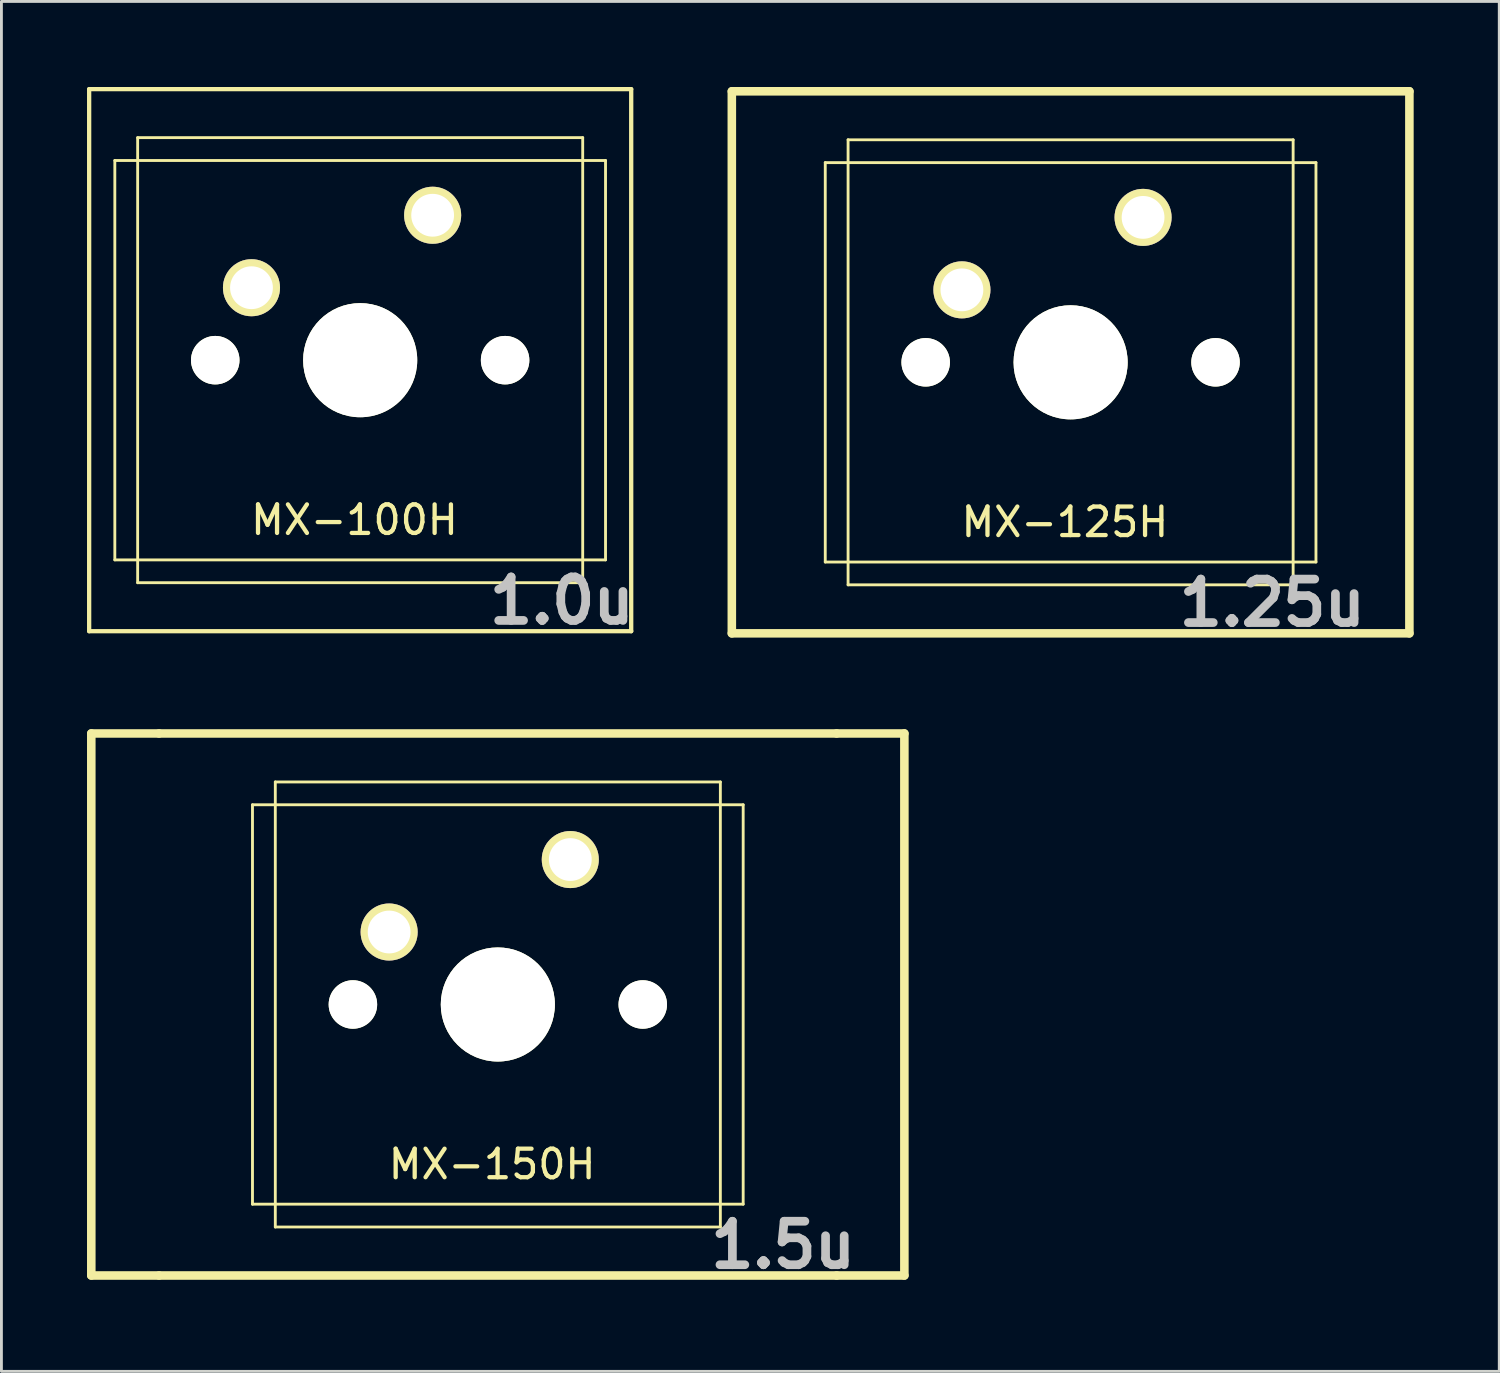
<source format=kicad_pcb>
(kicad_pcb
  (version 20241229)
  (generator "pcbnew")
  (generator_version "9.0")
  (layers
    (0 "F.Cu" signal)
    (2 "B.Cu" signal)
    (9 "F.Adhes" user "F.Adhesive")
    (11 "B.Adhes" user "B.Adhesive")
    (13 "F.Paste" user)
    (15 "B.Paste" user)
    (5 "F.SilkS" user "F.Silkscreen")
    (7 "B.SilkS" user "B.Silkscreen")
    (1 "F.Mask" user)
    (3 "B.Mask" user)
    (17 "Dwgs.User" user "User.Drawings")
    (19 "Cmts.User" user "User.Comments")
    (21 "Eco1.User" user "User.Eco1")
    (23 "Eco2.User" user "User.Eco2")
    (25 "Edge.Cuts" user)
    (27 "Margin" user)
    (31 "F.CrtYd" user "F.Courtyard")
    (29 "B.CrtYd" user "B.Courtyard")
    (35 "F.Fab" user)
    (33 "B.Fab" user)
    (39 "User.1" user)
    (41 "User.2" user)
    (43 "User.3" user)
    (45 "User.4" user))
  (footprint "MX-100H"
    (layer "F.Cu")
    (at 9.575 9.575)
    (property "Reference" "MX-100H" (at -0.2 5.6 0) (layer "F.SilkS") (effects (font (size 1 1) (thickness 0.15))))
    (attr through_hole)
    (fp_line (start -9.5 9.5) (end -9.5 -9.5) (stroke (width 0.15) (type solid)) (layer "F.SilkS"))
    (fp_line (start -9.5 9.5) (end 9.5 9.5) (stroke (width 0.15) (type solid)) (layer "F.SilkS"))
    (fp_line (start -8.6 -7) (end -8.6 7) (stroke (width 0.1) (type solid)) (layer "F.SilkS"))
    (fp_line (start -8.6 7) (end 8.6 7) (stroke (width 0.1) (type solid)) (layer "F.SilkS"))
    (fp_line (start -7.8 -7.8) (end -7.8 7.8) (stroke (width 0.1) (type solid)) (layer "F.SilkS"))
    (fp_line (start -7.8 -7.8) (end 7.8 -7.8) (stroke (width 0.1) (type solid)) (layer "F.SilkS"))
    (fp_line (start -7.8 7.8) (end 7.8 7.8) (stroke (width 0.1) (type solid)) (layer "F.SilkS"))
    (fp_line (start 7.8 7.8) (end 7.8 -7.8) (stroke (width 0.1) (type solid)) (layer "F.SilkS"))
    (fp_line (start 8.6 -7) (end -8.6 -7) (stroke (width 0.1) (type solid)) (layer "F.SilkS"))
    (fp_line (start 8.6 -7) (end 8.6 7) (stroke (width 0.1) (type solid)) (layer "F.SilkS"))
    (fp_line (start 9.5 -9.5) (end -9.5 -9.5) (stroke (width 0.15) (type solid)) (layer "F.SilkS"))
    (fp_line (start 9.5 -9.5) (end 9.5 9.5) (stroke (width 0.15) (type solid)) (layer "F.SilkS"))
    (fp_line (start -7.75 -6.4) (end 7.75 -6.4) (stroke (width 0.1) (type solid)) (layer "Eco1.User"))
    (fp_line (start -7.75 6.4) (end -7.75 -6.4) (stroke (width 0.1) (type solid)) (layer "Eco1.User"))
    (fp_line (start 7.75 -6.4) (end 7.75 6.4) (stroke (width 0.1) (type solid)) (layer "Eco1.User"))
    (fp_line (start 7.75 6.4) (end -7.75 6.4) (stroke (width 0.1) (type solid)) (layer "Eco1.User"))
    (fp_line (start -7 -7) (end 7 -7) (stroke (width 0.1) (type solid)) (layer "Eco2.User"))
    (fp_line (start -7 7) (end -7 -7) (stroke (width 0.1) (type solid)) (layer "Eco2.User"))
    (fp_line (start 7 -7) (end 7 7) (stroke (width 0.1) (type solid)) (layer "Eco2.User"))
    (fp_line (start 7 7) (end -7 7) (stroke (width 0.1) (type solid)) (layer "Eco2.User"))
    (fp_text user "1.0u" (at 7.069 8.433 0) (layer "Dwgs.User") (effects (font (size 1.524 1.524) (thickness 0.305))))
    (pad "" np_thru_hole circle (at -5.08 0) (size 1.7 1.7) (drill 1.7) (layers "*.Cu" "*.Mask" "F.SilkS"))
    (pad "" np_thru_hole circle (at 0 0) (size 4 4) (drill 4) (layers "*.Cu" "*.Mask" "F.SilkS"))
    (pad "" np_thru_hole circle (at 5.08 0) (size 1.7 1.7) (drill 1.7) (layers "*.Cu" "*.Mask" "F.SilkS"))
    (pad "1" thru_hole circle (at 2.54 -5.08) (size 2 2) (drill oval 1.5) (layers "*.Cu" "*.Mask" "F.SilkS"))
    (pad "2" thru_hole circle (at -3.81 -2.54) (size 2 2) (drill 1.5) (layers "*.Cu" "*.Mask" "F.SilkS")))
  (footprint "MX-150H"
    (layer "F.Cu")
    (at 14.4 32.159)
    (property "Reference" "MX-150H" (at -0.2 5.6 0) (layer "F.SilkS") (effects (font (size 1 1) (thickness 0.15))))
    (attr through_hole)
    (fp_line (start -14.25 -9.5) (end -14.25 9.5) (stroke (width 0.3) (type solid)) (layer "F.SilkS"))
    (fp_line (start -14.25 9.5) (end -11.875 9.5) (stroke (width 0.3) (type solid)) (layer "F.SilkS"))
    (fp_line (start -11.875 -9.5) (end -14.25 -9.5) (stroke (width 0.3) (type solid)) (layer "F.SilkS"))
    (fp_line (start -11.875 -9.5) (end 11.875 -9.5) (stroke (width 0.3) (type solid)) (layer "F.SilkS"))
    (fp_line (start -8.6 -7) (end -8.6 7) (stroke (width 0.1) (type solid)) (layer "F.SilkS"))
    (fp_line (start -8.6 7) (end 8.6 7) (stroke (width 0.1) (type solid)) (layer "F.SilkS"))
    (fp_line (start -7.8 -7.8) (end -7.8 7.8) (stroke (width 0.1) (type solid)) (layer "F.SilkS"))
    (fp_line (start -7.8 -7.8) (end 7.8 -7.8) (stroke (width 0.1) (type solid)) (layer "F.SilkS"))
    (fp_line (start -7.8 7.8) (end 7.8 7.8) (stroke (width 0.1) (type solid)) (layer "F.SilkS"))
    (fp_line (start 7.8 7.8) (end 7.8 -7.8) (stroke (width 0.1) (type solid)) (layer "F.SilkS"))
    (fp_line (start 8.6 -7) (end -8.6 -7) (stroke (width 0.1) (type solid)) (layer "F.SilkS"))
    (fp_line (start 8.6 -7) (end 8.6 7) (stroke (width 0.1) (type solid)) (layer "F.SilkS"))
    (fp_line (start 11.875 9.5) (end -11.875 9.5) (stroke (width 0.3) (type solid)) (layer "F.SilkS"))
    (fp_line (start 11.875 9.5) (end 14.25 9.5) (stroke (width 0.3) (type solid)) (layer "F.SilkS"))
    (fp_line (start 14.25 -9.5) (end 11.875 -9.5) (stroke (width 0.3) (type solid)) (layer "F.SilkS"))
    (fp_line (start 14.25 9.5) (end 14.25 -9.5) (stroke (width 0.3) (type solid)) (layer "F.SilkS"))
    (fp_line (start -7.75 -6.4) (end 7.75 -6.4) (stroke (width 0.1) (type solid)) (layer "Eco1.User"))
    (fp_line (start -7.75 6.4) (end -7.75 -6.4) (stroke (width 0.1) (type solid)) (layer "Eco1.User"))
    (fp_line (start 7.75 -6.4) (end 7.75 6.4) (stroke (width 0.1) (type solid)) (layer "Eco1.User"))
    (fp_line (start 7.75 6.4) (end -7.75 6.4) (stroke (width 0.1) (type solid)) (layer "Eco1.User"))
    (fp_line (start -7 -7) (end 7 -7) (stroke (width 0.1) (type solid)) (layer "Eco2.User"))
    (fp_line (start -7 7) (end -7 -7) (stroke (width 0.1) (type solid)) (layer "Eco2.User"))
    (fp_line (start 7 -7) (end 7 7) (stroke (width 0.1) (type solid)) (layer "Eco2.User"))
    (fp_line (start 7 7) (end -7 7) (stroke (width 0.1) (type solid)) (layer "Eco2.User"))
    (fp_text user "1.5u" (at 10 8.433 0) (layer "Dwgs.User") (effects (font (size 1.524 1.524) (thickness 0.305))))
    (pad "" np_thru_hole circle (at -5.08 0) (size 1.7 1.7) (drill 1.7) (layers "*.Cu" "*.Mask" "F.SilkS"))
    (pad "" np_thru_hole circle (at 0 0) (size 4 4) (drill 4) (layers "*.Cu" "*.Mask" "F.SilkS"))
    (pad "" np_thru_hole circle (at 5.08 0) (size 1.7 1.7) (drill 1.7) (layers "*.Cu" "*.Mask" "F.SilkS"))
    (pad "1" thru_hole circle (at 2.54 -5.08) (size 2 2) (drill oval 1.5) (layers "*.Cu" "*.Mask" "F.SilkS"))
    (pad "2" thru_hole circle (at -3.81 -2.54) (size 2 2) (drill 1.5) (layers "*.Cu" "*.Mask" "F.SilkS")))
  (footprint "MX-125H"
    (layer "F.Cu")
    (at 34.477 9.65)
    (property "Reference" "MX-125H" (at -0.2 5.6 0) (layer "F.SilkS") (effects (font (size 1 1) (thickness 0.15))))
    (attr through_hole)
    (fp_line (start -11.875 -9.5) (end 11.875 -9.5) (stroke (width 0.3) (type solid)) (layer "F.SilkS"))
    (fp_line (start -11.875 9.5) (end -11.875 -9.5) (stroke (width 0.3) (type solid)) (layer "F.SilkS"))
    (fp_line (start -8.6 -7) (end -8.6 7) (stroke (width 0.1) (type solid)) (layer "F.SilkS"))
    (fp_line (start -8.6 7) (end 8.6 7) (stroke (width 0.1) (type solid)) (layer "F.SilkS"))
    (fp_line (start -7.8 -7.8) (end -7.8 7.8) (stroke (width 0.1) (type solid)) (layer "F.SilkS"))
    (fp_line (start -7.8 -7.8) (end 7.8 -7.8) (stroke (width 0.1) (type solid)) (layer "F.SilkS"))
    (fp_line (start -7.8 7.8) (end 7.8 7.8) (stroke (width 0.1) (type solid)) (layer "F.SilkS"))
    (fp_line (start 7.8 7.8) (end 7.8 -7.8) (stroke (width 0.1) (type solid)) (layer "F.SilkS"))
    (fp_line (start 8.6 -7) (end -8.6 -7) (stroke (width 0.1) (type solid)) (layer "F.SilkS"))
    (fp_line (start 8.6 -7) (end 8.6 7) (stroke (width 0.1) (type solid)) (layer "F.SilkS"))
    (fp_line (start 11.875 -9.5) (end 11.875 9.5) (stroke (width 0.3) (type solid)) (layer "F.SilkS"))
    (fp_line (start 11.875 9.5) (end -11.875 9.5) (stroke (width 0.3) (type solid)) (layer "F.SilkS"))
    (fp_line (start -7.75 -6.4) (end 7.75 -6.4) (stroke (width 0.1) (type solid)) (layer "Eco1.User"))
    (fp_line (start -7.75 6.4) (end -7.75 -6.4) (stroke (width 0.1) (type solid)) (layer "Eco1.User"))
    (fp_line (start 7.75 -6.4) (end 7.75 6.4) (stroke (width 0.1) (type solid)) (layer "Eco1.User"))
    (fp_line (start 7.75 6.4) (end -7.75 6.4) (stroke (width 0.1) (type solid)) (layer "Eco1.User"))
    (fp_line (start -7 -7) (end 7 -7) (stroke (width 0.1) (type solid)) (layer "Eco2.User"))
    (fp_line (start -7 7) (end -7 -7) (stroke (width 0.1) (type solid)) (layer "Eco2.User"))
    (fp_line (start 7 -7) (end 7 7) (stroke (width 0.1) (type solid)) (layer "Eco2.User"))
    (fp_line (start 7 7) (end -7 7) (stroke (width 0.1) (type solid)) (layer "Eco2.User"))
    (fp_text user "1.25u" (at 7.069 8.433 0) (layer "Dwgs.User") (effects (font (size 1.524 1.524) (thickness 0.305))))
    (pad "" np_thru_hole circle (at -5.08 0) (size 1.7 1.7) (drill 1.7) (layers "*.Cu" "*.Mask" "F.SilkS"))
    (pad "" np_thru_hole circle (at 0 0) (size 4 4) (drill 4) (layers "*.Cu" "*.Mask" "F.SilkS"))
    (pad "" np_thru_hole circle (at 5.08 0) (size 1.7 1.7) (drill 1.7) (layers "*.Cu" "*.Mask" "F.SilkS"))
    (pad "1" thru_hole circle (at 2.54 -5.08) (size 2 2) (drill 1.5) (layers "*.Cu" "*.Mask" "F.SilkS"))
    (pad "2" thru_hole circle (at -3.81 -2.54 48) (size 2 2) (drill 1.5) (layers "*.Cu" "*.Mask" "F.SilkS")))
  (gr_rect
    (start -3 -3)
    (end 49.502 45.019)
    (stroke (width 0.1) (type default))
    (fill no)
    (layer "Edge.Cuts")))
</source>
